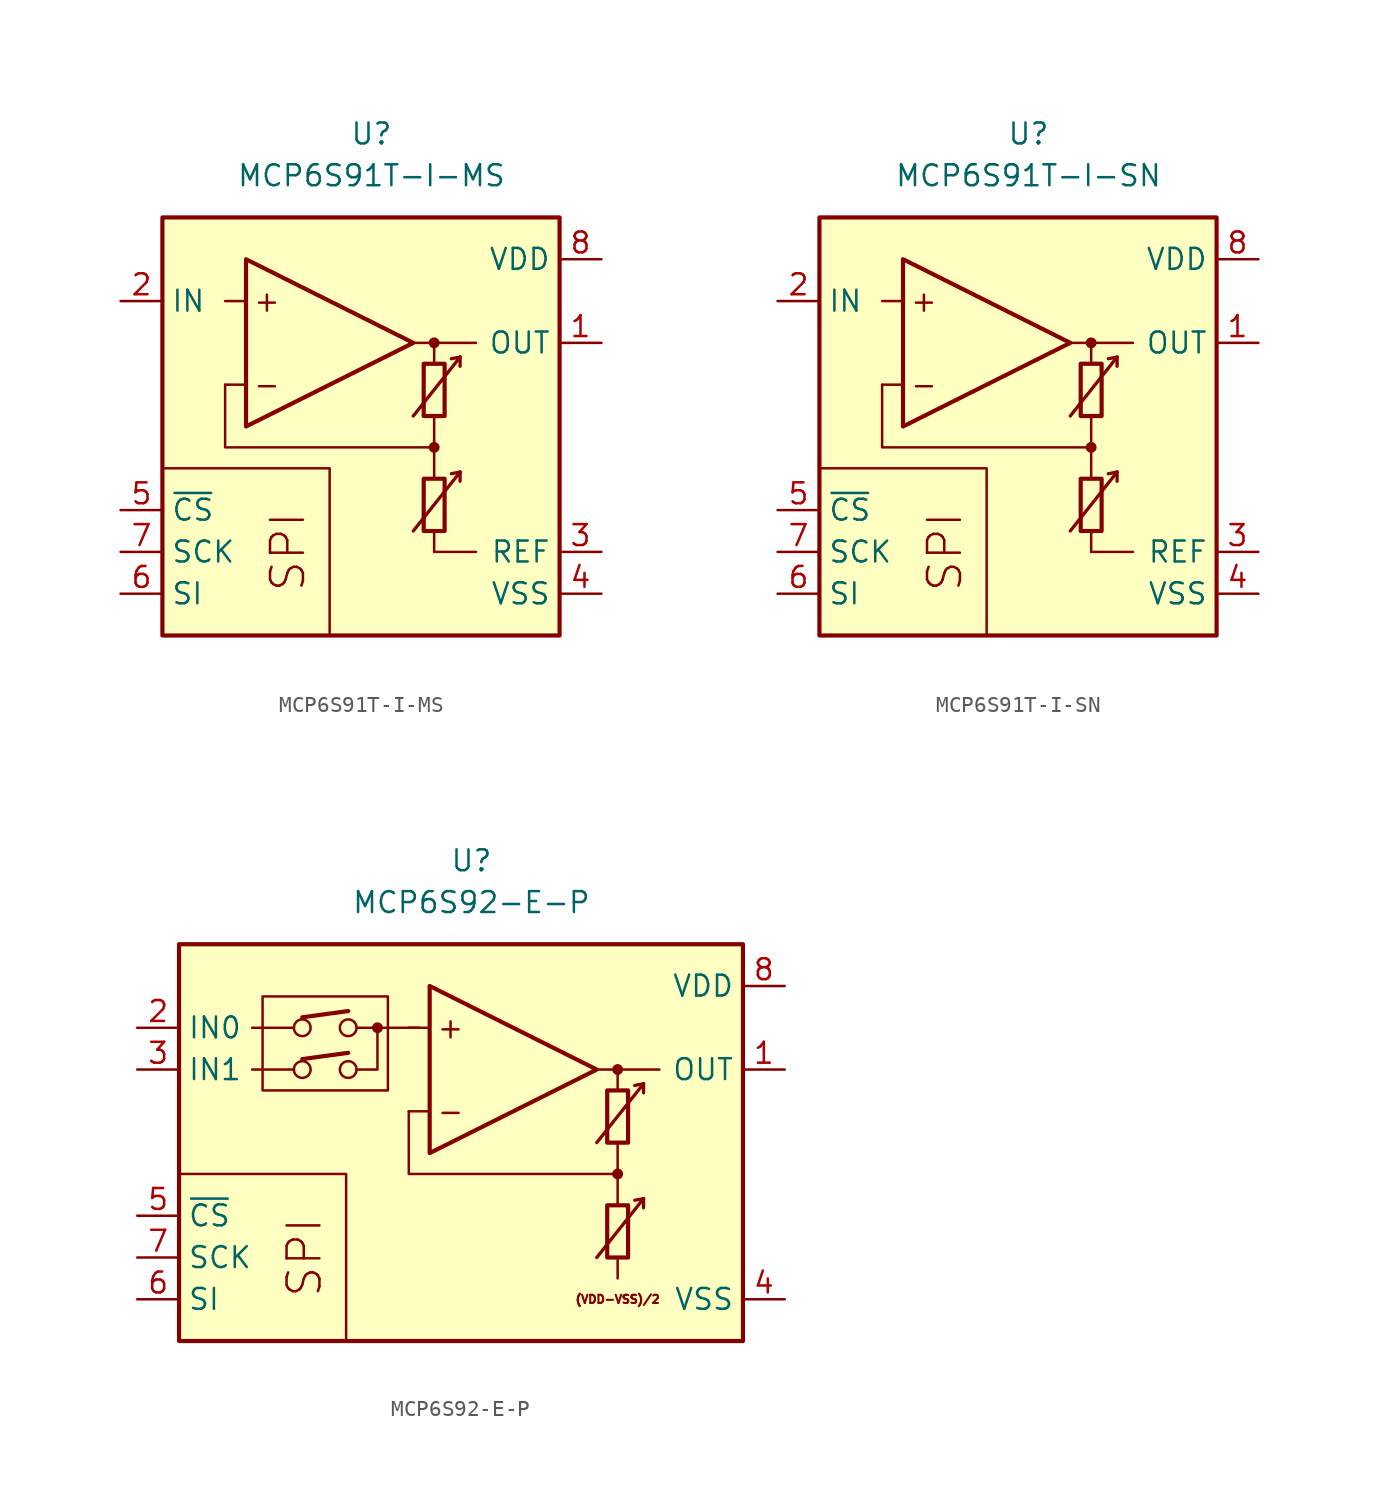
<source format=kicad_sym>
(kicad_symbol_lib
  (version 20211014)
  (generator kicad_symbol_editor)
  (symbol "MCP6S91T-I-MS"
    (property "Reference" "U"
      (at 0 17.78 0)
      (effects (font (size 1.27 1.27))))
    (property "Value" "MCP6S91T-I-MS"
      (at 0 15.24 0)
      (effects (font (size 1.27 1.27))))
    (symbol "MCP6S91T-I-MS_0_0"
      (rectangle (start -12.7 12.7) (end 11.43 -12.7) (stroke (width 0.254) (type default) (color 0 0 0 0)) (fill (type background)))
      (polyline (pts (xy 3.81 -3.81)) (stroke (width 0.152) (type default) (color 0 0 0 0)) (fill (type none)))
      (polyline (pts (xy 3.81 3.81)) (stroke (width 0.152) (type default) (color 0 0 0 0)) (fill (type none)))
      (polyline (pts (xy -7.62 2.54) (xy -8.89 2.54)) (stroke (width 0.152) (type default) (color 0 0 0 0)) (fill (type none)))
      (polyline (pts (xy -7.62 7.62) (xy -8.89 7.62)) (stroke (width 0.152) (type default) (color 0 0 0 0)) (fill (type none)))
      (polyline (pts (xy 2.54 5.08) (xy 6.35 5.08)) (stroke (width 0.152) (type default) (color 0 0 0 0)) (fill (type none)))
      (polyline (pts (xy 3.81 -6.35) (xy 3.81 -7.62)) (stroke (width 0.152) (type default) (color 0 0 0 0)) (fill (type none)))
      (polyline (pts (xy 3.81 -1.27) (xy 3.81 -3.175)) (stroke (width 0.152) (type default) (color 0 0 0 0)) (fill (type none)))
      (polyline (pts (xy 3.81 0.635) (xy 3.81 -1.27)) (stroke (width 0.152) (type default) (color 0 0 0 0)) (fill (type none)))
      (polyline (pts (xy 3.81 5.08) (xy 3.81 3.81)) (stroke (width 0.152) (type default) (color 0 0 0 0)) (fill (type none)))
      (polyline (pts (xy -2.54 -12.7) (xy -2.54 -2.54) (xy -12.7 -2.54)) (stroke (width 0.152) (type default) (color 0 0 0 0)) (fill (type none)))
      (polyline (pts (xy 3.81 -1.27) (xy -8.89 -1.27) (xy -8.89 2.54)) (stroke (width 0.152) (type default) (color 0 0 0 0)) (fill (type none)))
      (circle (center 3.81 -1.27) (radius 0.254) (stroke (width 0.152) (type default) (color 0 0 0 0)) (fill (type outline)))
      (circle (center 3.81 5.08) (radius 0.254) (stroke (width 0.152) (type default) (color 0 0 0 0)) (fill (type outline)))
      (text "+" (at -6.35 7.62 0) (effects (font (size 1.27 1.27))))
      (text "-" (at -6.35 2.54 0) (effects (font (size 1.27 1.27))))
      (text "SPI" (at -5.08 -7.62 900) (effects (font (size 2 2)))))
    (symbol "MCP6S91T-I-MS_0_1"
      (polyline (pts (xy 3.81 -7.62) (xy 6.35 -7.62)) (stroke (width 0) (type default) (color 0 0 0 0)) (fill (type none)))
      (polyline (pts (xy 5.385 -2.769) (xy 4.851 -2.87)) (stroke (width 0.2) (type default) (color 0 0 0 0)) (fill (type none)))
      (polyline (pts (xy 5.385 -2.769) (xy 5.385 -3.327)) (stroke (width 0.2) (type default) (color 0 0 0 0)) (fill (type none)))
      (polyline (pts (xy 5.385 4.216) (xy 4.851 4.115)) (stroke (width 0.2) (type default) (color 0 0 0 0)) (fill (type none)))
      (polyline (pts (xy 5.385 4.216) (xy 5.385 3.658)) (stroke (width 0.2) (type default) (color 0 0 0 0)) (fill (type none)))
      (polyline (pts (xy -7.62 10.16) (xy -7.62 0) (xy 2.54 5.08) (xy -7.62 10.16)) (stroke (width 0.254) (type default) (color 0 0 0 0)) (fill (type background)))
      (polyline (pts (xy 2.54 -6.35) (xy 5.385 -2.769) (xy 5.385 -2.769) (xy 5.385 -2.769)) (stroke (width 0.2) (type default) (color 0 0 0 0)) (fill (type none)))
      (polyline (pts (xy 2.54 0.635) (xy 5.385 4.216) (xy 5.385 4.216) (xy 5.385 4.216)) (stroke (width 0.2) (type default) (color 0 0 0 0)) (fill (type none)))
      (rectangle (start 3.175 -3.175) (end 4.445 -6.35) (stroke (width 0.254) (type default) (color 0 0 0 0)) (fill (type none)))
      (rectangle (start 3.175 3.81) (end 4.445 0.635) (stroke (width 0.254) (type default) (color 0 0 0 0)) (fill (type none))))
    (symbol "MCP6S91T-I-MS_1_1"
      (pin output line (at 13.97 5.08 180) (length 2.54) (name "OUT" (effects (font (size 1.27 1.27)))) (number "1" (effects (font (size 1.27 1.27)))))
      (pin input line (at -15.24 7.62 0) (length 2.54) (name "IN" (effects (font (size 1.27 1.27)))) (number "2" (effects (font (size 1.27 1.27)))))
      (pin passive line (at 13.97 -7.62 180) (length 2.54) (name "REF" (effects (font (size 1.27 1.27)))) (number "3" (effects (font (size 1.27 1.27)))))
      (pin power_in line (at 13.97 -10.16 180) (length 2.54) (name "VSS" (effects (font (size 1.27 1.27)))) (number "4" (effects (font (size 1.27 1.27)))))
      (pin input line (at -15.24 -5.08 0) (length 2.54) (name "~{CS}" (effects (font (size 1.27 1.27)))) (number "5" (effects (font (size 1.27 1.27)))))
      (pin input line (at -15.24 -10.16 0) (length 2.54) (name "SI" (effects (font (size 1.27 1.27)))) (number "6" (effects (font (size 1.27 1.27)))))
      (pin input line (at -15.24 -7.62 0) (length 2.54) (name "SCK" (effects (font (size 1.27 1.27)))) (number "7" (effects (font (size 1.27 1.27)))))
      (pin power_in line (at 13.97 10.16 180) (length 2.54) (name "VDD" (effects (font (size 1.27 1.27)))) (number "8" (effects (font (size 1.27 1.27)))))))
  (symbol "MCP6S91T-I-SN"
    (property "Reference" "U"
      (at 0 17.78 0)
      (effects (font (size 1.27 1.27))))
    (property "Value" "MCP6S91T-I-SN"
      (at 0 15.24 0)
      (effects (font (size 1.27 1.27))))
    (symbol "MCP6S91T-I-SN_0_0"
      (rectangle (start -12.7 12.7) (end 11.43 -12.7) (stroke (width 0.254) (type default) (color 0 0 0 0)) (fill (type background)))
      (polyline (pts (xy 3.81 -3.81)) (stroke (width 0.152) (type default) (color 0 0 0 0)) (fill (type none)))
      (polyline (pts (xy 3.81 3.81)) (stroke (width 0.152) (type default) (color 0 0 0 0)) (fill (type none)))
      (polyline (pts (xy -7.62 2.54) (xy -8.89 2.54)) (stroke (width 0.152) (type default) (color 0 0 0 0)) (fill (type none)))
      (polyline (pts (xy -7.62 7.62) (xy -8.89 7.62)) (stroke (width 0.152) (type default) (color 0 0 0 0)) (fill (type none)))
      (polyline (pts (xy 2.54 5.08) (xy 6.35 5.08)) (stroke (width 0.152) (type default) (color 0 0 0 0)) (fill (type none)))
      (polyline (pts (xy 3.81 -6.35) (xy 3.81 -7.62)) (stroke (width 0.152) (type default) (color 0 0 0 0)) (fill (type none)))
      (polyline (pts (xy 3.81 -1.27) (xy 3.81 -3.175)) (stroke (width 0.152) (type default) (color 0 0 0 0)) (fill (type none)))
      (polyline (pts (xy 3.81 0.635) (xy 3.81 -1.27)) (stroke (width 0.152) (type default) (color 0 0 0 0)) (fill (type none)))
      (polyline (pts (xy 3.81 5.08) (xy 3.81 3.81)) (stroke (width 0.152) (type default) (color 0 0 0 0)) (fill (type none)))
      (polyline (pts (xy -2.54 -12.7) (xy -2.54 -2.54) (xy -12.7 -2.54)) (stroke (width 0.152) (type default) (color 0 0 0 0)) (fill (type none)))
      (polyline (pts (xy 3.81 -1.27) (xy -8.89 -1.27) (xy -8.89 2.54)) (stroke (width 0.152) (type default) (color 0 0 0 0)) (fill (type none)))
      (circle (center 3.81 -1.27) (radius 0.254) (stroke (width 0.152) (type default) (color 0 0 0 0)) (fill (type outline)))
      (circle (center 3.81 5.08) (radius 0.254) (stroke (width 0.152) (type default) (color 0 0 0 0)) (fill (type outline)))
      (text "+" (at -6.35 7.62 0) (effects (font (size 1.27 1.27))))
      (text "-" (at -6.35 2.54 0) (effects (font (size 1.27 1.27))))
      (text "SPI" (at -5.08 -7.62 900) (effects (font (size 2 2)))))
    (symbol "MCP6S91T-I-SN_0_1"
      (polyline (pts (xy 3.81 -7.62) (xy 6.35 -7.62)) (stroke (width 0) (type default) (color 0 0 0 0)) (fill (type none)))
      (polyline (pts (xy 5.385 -2.769) (xy 4.851 -2.87)) (stroke (width 0.2) (type default) (color 0 0 0 0)) (fill (type none)))
      (polyline (pts (xy 5.385 -2.769) (xy 5.385 -3.327)) (stroke (width 0.2) (type default) (color 0 0 0 0)) (fill (type none)))
      (polyline (pts (xy 5.385 4.216) (xy 4.851 4.115)) (stroke (width 0.2) (type default) (color 0 0 0 0)) (fill (type none)))
      (polyline (pts (xy 5.385 4.216) (xy 5.385 3.658)) (stroke (width 0.2) (type default) (color 0 0 0 0)) (fill (type none)))
      (polyline (pts (xy -7.62 10.16) (xy -7.62 0) (xy 2.54 5.08) (xy -7.62 10.16)) (stroke (width 0.254) (type default) (color 0 0 0 0)) (fill (type background)))
      (polyline (pts (xy 2.54 -6.35) (xy 5.385 -2.769) (xy 5.385 -2.769) (xy 5.385 -2.769)) (stroke (width 0.2) (type default) (color 0 0 0 0)) (fill (type none)))
      (polyline (pts (xy 2.54 0.635) (xy 5.385 4.216) (xy 5.385 4.216) (xy 5.385 4.216)) (stroke (width 0.2) (type default) (color 0 0 0 0)) (fill (type none)))
      (rectangle (start 3.175 -3.175) (end 4.445 -6.35) (stroke (width 0.254) (type default) (color 0 0 0 0)) (fill (type none)))
      (rectangle (start 3.175 3.81) (end 4.445 0.635) (stroke (width 0.254) (type default) (color 0 0 0 0)) (fill (type none))))
    (symbol "MCP6S91T-I-SN_1_1"
      (pin output line (at 13.97 5.08 180) (length 2.54) (name "OUT" (effects (font (size 1.27 1.27)))) (number "1" (effects (font (size 1.27 1.27)))))
      (pin input line (at -15.24 7.62 0) (length 2.54) (name "IN" (effects (font (size 1.27 1.27)))) (number "2" (effects (font (size 1.27 1.27)))))
      (pin passive line (at 13.97 -7.62 180) (length 2.54) (name "REF" (effects (font (size 1.27 1.27)))) (number "3" (effects (font (size 1.27 1.27)))))
      (pin power_in line (at 13.97 -10.16 180) (length 2.54) (name "VSS" (effects (font (size 1.27 1.27)))) (number "4" (effects (font (size 1.27 1.27)))))
      (pin input line (at -15.24 -5.08 0) (length 2.54) (name "~{CS}" (effects (font (size 1.27 1.27)))) (number "5" (effects (font (size 1.27 1.27)))))
      (pin input line (at -15.24 -10.16 0) (length 2.54) (name "SI" (effects (font (size 1.27 1.27)))) (number "6" (effects (font (size 1.27 1.27)))))
      (pin input line (at -15.24 -7.62 0) (length 2.54) (name "SCK" (effects (font (size 1.27 1.27)))) (number "7" (effects (font (size 1.27 1.27)))))
      (pin power_in line (at 13.97 10.16 180) (length 2.54) (name "VDD" (effects (font (size 1.27 1.27)))) (number "8" (effects (font (size 1.27 1.27)))))))
  (symbol "MCP6S92-E-P"
    (property "Reference" "U"
      (at 0 17.78 0)
      (effects (font (size 1.27 1.27))))
    (property "Value" "MCP6S92-E-P"
      (at 0 15.24 0)
      (effects (font (size 1.27 1.27))))
    (symbol "MCP6S92-E-P_0_0"
      (rectangle (start -17.78 12.7) (end 16.51 -11.43) (stroke (width 0.254) (type default) (color 0 0 0 0)) (fill (type background)))
      (rectangle (start -12.7 9.525) (end -5.08 3.81) (stroke (width 0.152) (type default) (color 0 0 0 0)) (fill (type none)))
      (circle (center -10.287 5.08) (radius 0.508) (stroke (width 0) (type default) (color 0 0 0 0)) (fill (type none)))
      (circle (center -10.287 7.62) (radius 0.508) (stroke (width 0) (type default) (color 0 0 0 0)) (fill (type none)))
      (circle (center -7.493 5.08) (radius 0.508) (stroke (width 0) (type default) (color 0 0 0 0)) (fill (type none)))
      (circle (center -7.493 7.62) (radius 0.508) (stroke (width 0) (type default) (color 0 0 0 0)) (fill (type none)))
      (circle (center -5.715 7.62) (radius 0.254) (stroke (width 0.152) (type default) (color 0 0 0 0)) (fill (type outline)))
      (polyline (pts (xy 8.89 -3.81)) (stroke (width 0.152) (type default) (color 0 0 0 0)) (fill (type none)))
      (polyline (pts (xy 8.89 3.81)) (stroke (width 0.152) (type default) (color 0 0 0 0)) (fill (type none)))
      (polyline (pts (xy -10.795 5.08) (xy -13.335 5.08)) (stroke (width 0.152) (type default) (color 0 0 0 0)) (fill (type none)))
      (polyline (pts (xy -10.795 7.62) (xy -13.335 7.62)) (stroke (width 0.152) (type default) (color 0 0 0 0)) (fill (type none)))
      (polyline (pts (xy -10.287 5.715) (xy -7.493 6.096)) (stroke (width 0.254) (type default) (color 0 0 0 0)) (fill (type none)))
      (polyline (pts (xy -10.287 8.255) (xy -7.493 8.636)) (stroke (width 0.254) (type default) (color 0 0 0 0)) (fill (type none)))
      (polyline (pts (xy -3.175 7.62) (xy -6.985 7.62)) (stroke (width 0.152) (type default) (color 0 0 0 0)) (fill (type none)))
      (polyline (pts (xy -2.54 2.54) (xy -3.81 2.54)) (stroke (width 0.152) (type default) (color 0 0 0 0)) (fill (type none)))
      (polyline (pts (xy -2.54 7.62) (xy -3.81 7.62)) (stroke (width 0.152) (type default) (color 0 0 0 0)) (fill (type none)))
      (polyline (pts (xy 7.62 5.08) (xy 11.43 5.08)) (stroke (width 0.152) (type default) (color 0 0 0 0)) (fill (type none)))
      (polyline (pts (xy 8.89 -6.35) (xy 8.89 -7.62)) (stroke (width 0.152) (type default) (color 0 0 0 0)) (fill (type none)))
      (polyline (pts (xy 8.89 -1.27) (xy 8.89 -3.175)) (stroke (width 0.152) (type default) (color 0 0 0 0)) (fill (type none)))
      (polyline (pts (xy 8.89 0.635) (xy 8.89 -1.27)) (stroke (width 0.152) (type default) (color 0 0 0 0)) (fill (type none)))
      (polyline (pts (xy 8.89 5.08) (xy 8.89 3.81)) (stroke (width 0.152) (type default) (color 0 0 0 0)) (fill (type none)))
      (polyline (pts (xy -7.62 -11.43) (xy -7.62 -1.27) (xy -17.78 -1.27)) (stroke (width 0.152) (type default) (color 0 0 0 0)) (fill (type none)))
      (polyline (pts (xy -6.985 5.08) (xy -5.715 5.08) (xy -5.715 7.62)) (stroke (width 0.152) (type default) (color 0 0 0 0)) (fill (type none)))
      (polyline (pts (xy 8.89 -1.27) (xy -3.81 -1.27) (xy -3.81 2.54)) (stroke (width 0.152) (type default) (color 0 0 0 0)) (fill (type none)))
      (circle (center 8.89 -1.27) (radius 0.254) (stroke (width 0.152) (type default) (color 0 0 0 0)) (fill (type outline)))
      (circle (center 8.89 5.08) (radius 0.254) (stroke (width 0.152) (type default) (color 0 0 0 0)) (fill (type outline)))
      (text "(VDD-VSS)/2" (at 8.89 -8.89 0) (effects (font (size 0.5 0.5))))
      (text "+" (at -1.27 7.62 0) (effects (font (size 1.27 1.27))))
      (text "-" (at -1.27 2.54 0) (effects (font (size 1.27 1.27))))
      (text "SPI" (at -10.16 -6.35 900) (effects (font (size 2 2)))))
    (symbol "MCP6S92-E-P_0_1"
      (polyline (pts (xy 10.465 -2.769) (xy 9.931 -2.87)) (stroke (width 0.2) (type default) (color 0 0 0 0)) (fill (type none)))
      (polyline (pts (xy 10.465 -2.769) (xy 10.465 -3.327)) (stroke (width 0.2) (type default) (color 0 0 0 0)) (fill (type none)))
      (polyline (pts (xy 10.465 4.216) (xy 9.931 4.115)) (stroke (width 0.2) (type default) (color 0 0 0 0)) (fill (type none)))
      (polyline (pts (xy 10.465 4.216) (xy 10.465 3.658)) (stroke (width 0.2) (type default) (color 0 0 0 0)) (fill (type none)))
      (polyline (pts (xy -2.54 10.16) (xy -2.54 0) (xy 7.62 5.08) (xy -2.54 10.16)) (stroke (width 0.254) (type default) (color 0 0 0 0)) (fill (type background)))
      (polyline (pts (xy 7.62 -6.35) (xy 10.465 -2.769) (xy 10.465 -2.769) (xy 10.465 -2.769)) (stroke (width 0.2) (type default) (color 0 0 0 0)) (fill (type none)))
      (polyline (pts (xy 7.62 0.635) (xy 10.465 4.216) (xy 10.465 4.216) (xy 10.465 4.216)) (stroke (width 0.2) (type default) (color 0 0 0 0)) (fill (type none)))
      (rectangle (start 8.255 -3.175) (end 9.525 -6.35) (stroke (width 0.254) (type default) (color 0 0 0 0)) (fill (type none)))
      (rectangle (start 8.255 3.81) (end 9.525 0.635) (stroke (width 0.254) (type default) (color 0 0 0 0)) (fill (type none))))
    (symbol "MCP6S92-E-P_1_1"
      (pin output line (at 19.05 5.08 180) (length 2.54) (name "OUT" (effects (font (size 1.27 1.27)))) (number "1" (effects (font (size 1.27 1.27)))))
      (pin input line (at -20.32 7.62 0) (length 2.54) (name "IN0" (effects (font (size 1.27 1.27)))) (number "2" (effects (font (size 1.27 1.27)))))
      (pin input line (at -20.32 5.08 0) (length 2.54) (name "IN1" (effects (font (size 1.27 1.27)))) (number "3" (effects (font (size 1.27 1.27)))))
      (pin power_in line (at 19.05 -8.89 180) (length 2.54) (name "VSS" (effects (font (size 1.27 1.27)))) (number "4" (effects (font (size 1.27 1.27)))))
      (pin input line (at -20.32 -3.81 0) (length 2.54) (name "~{CS}" (effects (font (size 1.27 1.27)))) (number "5" (effects (font (size 1.27 1.27)))))
      (pin input line (at -20.32 -8.89 0) (length 2.54) (name "SI" (effects (font (size 1.27 1.27)))) (number "6" (effects (font (size 1.27 1.27)))))
      (pin input line (at -20.32 -6.35 0) (length 2.54) (name "SCK" (effects (font (size 1.27 1.27)))) (number "7" (effects (font (size 1.27 1.27)))))
      (pin power_in line (at 19.05 10.16 180) (length 2.54) (name "VDD" (effects (font (size 1.27 1.27)))) (number "8" (effects (font (size 1.27 1.27))))))))
</source>
